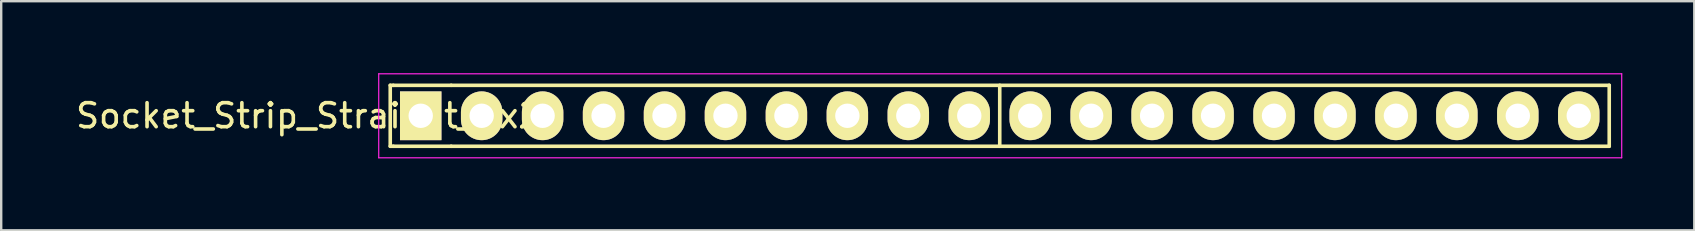
<source format=kicad_pcb>
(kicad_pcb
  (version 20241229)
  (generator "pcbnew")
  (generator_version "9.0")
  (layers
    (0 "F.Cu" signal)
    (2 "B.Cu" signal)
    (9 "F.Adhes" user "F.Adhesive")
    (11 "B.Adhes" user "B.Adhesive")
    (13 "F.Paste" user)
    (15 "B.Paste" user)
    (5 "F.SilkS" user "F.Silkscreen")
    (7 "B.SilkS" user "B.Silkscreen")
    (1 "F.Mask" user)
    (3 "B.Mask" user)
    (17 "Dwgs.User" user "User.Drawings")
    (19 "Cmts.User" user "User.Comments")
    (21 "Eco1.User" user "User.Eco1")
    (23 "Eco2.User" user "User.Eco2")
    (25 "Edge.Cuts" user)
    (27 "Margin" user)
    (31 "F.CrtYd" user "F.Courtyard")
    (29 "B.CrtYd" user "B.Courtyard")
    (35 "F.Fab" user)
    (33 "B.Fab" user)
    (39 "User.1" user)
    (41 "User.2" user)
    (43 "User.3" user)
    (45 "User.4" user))
  (footprint "Socket_Strip_Straight_1x20"
    (layer "F.Cu")
    (at 14.483 1.775)
    (property "Reference" "Socket_Strip_Straight_1x20" (at -4.191 0 0) (layer "F.SilkS") (effects (font (size 1 1) (thickness 0.15))))
    (attr through_hole)
    (fp_line (start -1.27 -1.27) (end -1.27 1.27) (stroke (width 0.15) (type solid)) (layer "F.SilkS"))
    (fp_line (start -1.27 1.27) (end -1.143 1.27) (stroke (width 0.15) (type solid)) (layer "F.SilkS"))
    (fp_line (start -1.143 -1.27) (end -1.27 -1.27) (stroke (width 0.15) (type solid)) (layer "F.SilkS"))
    (fp_line (start -1.143 -1.27) (end 1.27 -1.27) (stroke (width 0.15) (type solid)) (layer "F.SilkS"))
    (fp_line (start 1.27 1.27) (end -1.143 1.27) (stroke (width 0.15) (type solid)) (layer "F.SilkS"))
    (fp_line (start 1.27 1.27) (end 49.53 1.27) (stroke (width 0.15) (type solid)) (layer "F.SilkS"))
    (fp_line (start 24.13 -1.27) (end 24.13 1.27) (stroke (width 0.15) (type solid)) (layer "F.SilkS"))
    (fp_line (start 49.53 -1.27) (end 1.27 -1.27) (stroke (width 0.15) (type solid)) (layer "F.SilkS"))
    (fp_line (start 49.53 1.27) (end 49.53 -1.27) (stroke (width 0.15) (type solid)) (layer "F.SilkS"))
    (fp_line (start -1.75 -1.75) (end -1.75 1.75) (stroke (width 0.05) (type solid)) (layer "F.CrtYd"))
    (fp_line (start -1.75 -1.75) (end 50.05 -1.75) (stroke (width 0.05) (type solid)) (layer "F.CrtYd"))
    (fp_line (start -1.75 1.75) (end 50.05 1.75) (stroke (width 0.05) (type solid)) (layer "F.CrtYd"))
    (fp_line (start 50.05 -1.75) (end 50.05 1.75) (stroke (width 0.05) (type solid)) (layer "F.CrtYd"))
    (pad "1" thru_hole rect (at 0 0) (size 1.727 2.032) (drill 1.016) (layers "*.Cu" "*.Mask" "F.SilkS"))
    (pad "2" thru_hole oval (at 2.54 0) (size 1.727 2.032) (drill 1.016) (layers "*.Cu" "*.Mask" "F.SilkS"))
    (pad "3" thru_hole oval (at 5.08 0) (size 1.727 2.032) (drill 1.016) (layers "*.Cu" "*.Mask" "F.SilkS"))
    (pad "4" thru_hole oval (at 7.62 0) (size 1.727 2.032) (drill 1.016) (layers "*.Cu" "*.Mask" "F.SilkS"))
    (pad "5" thru_hole oval (at 10.16 0) (size 1.727 2.032) (drill 1.016) (layers "*.Cu" "*.Mask" "F.SilkS"))
    (pad "6" thru_hole oval (at 12.7 0) (size 1.727 2.032) (drill 1.016) (layers "*.Cu" "*.Mask" "F.SilkS"))
    (pad "7" thru_hole oval (at 15.24 0) (size 1.727 2.032) (drill 1.016) (layers "*.Cu" "*.Mask" "F.SilkS"))
    (pad "8" thru_hole oval (at 17.78 0) (size 1.727 2.032) (drill 1.016) (layers "*.Cu" "*.Mask" "F.SilkS"))
    (pad "9" thru_hole oval (at 20.32 0) (size 1.727 2.032) (drill 1.016) (layers "*.Cu" "*.Mask" "F.SilkS"))
    (pad "10" thru_hole oval (at 22.86 0) (size 1.727 2.032) (drill 1.016) (layers "*.Cu" "*.Mask" "F.SilkS"))
    (pad "11" thru_hole oval (at 25.4 0) (size 1.727 2.032) (drill 1.016) (layers "*.Cu" "*.Mask" "F.SilkS"))
    (pad "12" thru_hole oval (at 27.94 0) (size 1.727 2.032) (drill 1.016) (layers "*.Cu" "*.Mask" "F.SilkS"))
    (pad "13" thru_hole oval (at 30.48 0) (size 1.727 2.032) (drill 1.016) (layers "*.Cu" "*.Mask" "F.SilkS"))
    (pad "14" thru_hole oval (at 33.02 0) (size 1.727 2.032) (drill 1.016) (layers "*.Cu" "*.Mask" "F.SilkS"))
    (pad "15" thru_hole oval (at 35.56 0) (size 1.727 2.032) (drill 1.016) (layers "*.Cu" "*.Mask" "F.SilkS"))
    (pad "16" thru_hole oval (at 38.1 0) (size 1.727 2.032) (drill 1.016) (layers "*.Cu" "*.Mask" "F.SilkS"))
    (pad "17" thru_hole oval (at 40.64 0) (size 1.727 2.032) (drill 1.016) (layers "*.Cu" "*.Mask" "F.SilkS"))
    (pad "18" thru_hole oval (at 43.18 0) (size 1.727 2.032) (drill 1.016) (layers "*.Cu" "*.Mask" "F.SilkS"))
    (pad "19" thru_hole oval (at 45.72 0) (size 1.727 2.032) (drill 1.016) (layers "*.Cu" "*.Mask" "F.SilkS"))
    (pad "20" thru_hole oval (at 48.26 0) (size 1.727 2.032) (drill 1.016) (layers "*.Cu" "*.Mask" "F.SilkS")))
  (gr_rect
    (start -3 -3)
    (end 67.558 6.55)
    (stroke (width 0.1) (type default))
    (fill no)
    (layer "Edge.Cuts")))
</source>
